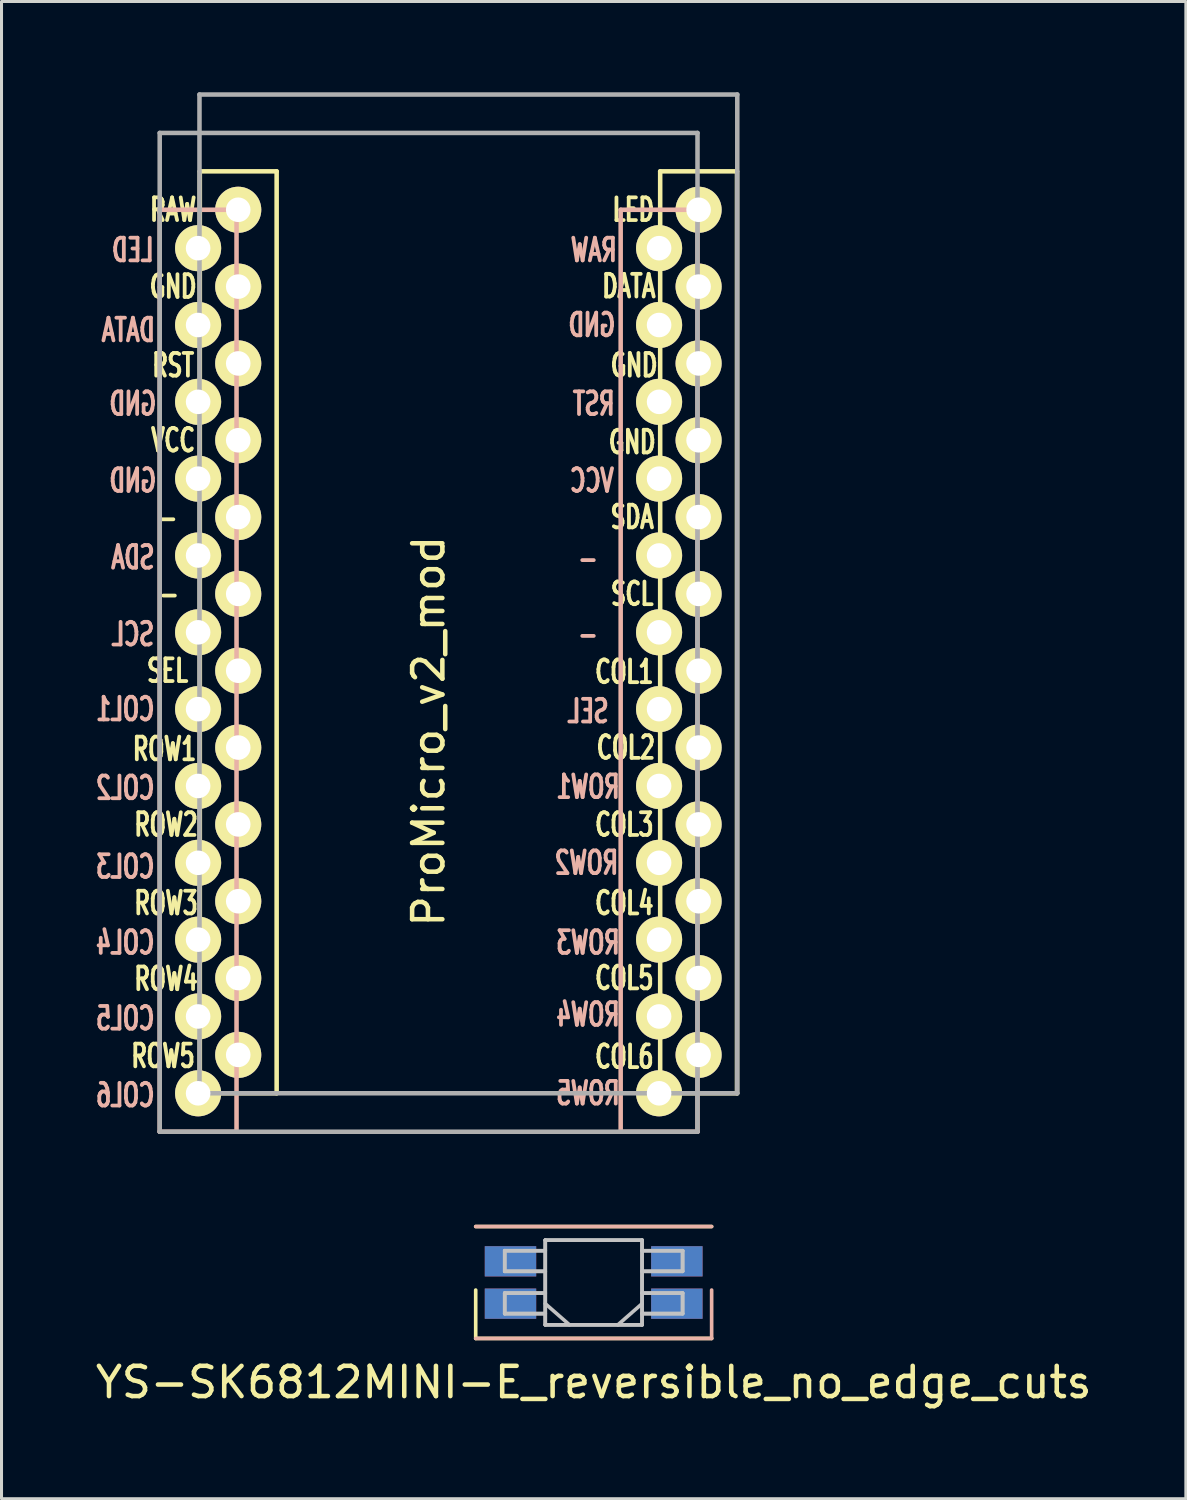
<source format=kicad_pcb>
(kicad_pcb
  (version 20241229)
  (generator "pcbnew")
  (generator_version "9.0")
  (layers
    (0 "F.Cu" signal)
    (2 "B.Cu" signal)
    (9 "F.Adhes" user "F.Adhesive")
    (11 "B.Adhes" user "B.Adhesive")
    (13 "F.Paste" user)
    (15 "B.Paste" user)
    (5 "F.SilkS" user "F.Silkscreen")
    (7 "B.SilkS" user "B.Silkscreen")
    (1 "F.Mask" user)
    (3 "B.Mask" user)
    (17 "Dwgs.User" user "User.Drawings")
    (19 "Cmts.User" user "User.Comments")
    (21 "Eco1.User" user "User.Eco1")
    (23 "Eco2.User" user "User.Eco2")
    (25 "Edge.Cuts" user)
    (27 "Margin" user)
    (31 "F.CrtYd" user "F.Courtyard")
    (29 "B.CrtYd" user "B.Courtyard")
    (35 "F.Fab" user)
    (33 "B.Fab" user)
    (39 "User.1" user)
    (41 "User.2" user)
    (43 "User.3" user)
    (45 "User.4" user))
  (footprint "ProMicro_v2_mod"
    (layer "F.Cu")
    (at 12.39 18.363)
    (property "Reference" "ProMicro_v2_mod" (at -1.27 2.762 270) (layer "F.SilkS") (effects (font (size 1 1) (thickness 0.15))))
    (attr through_hole)
    (fp_line (start -8.834 -15.748) (end -6.294 -15.748) (stroke (width 0.15) (type solid)) (layer "F.SilkS"))
    (fp_line (start -8.834 14.732) (end -8.834 -15.748) (stroke (width 0.15) (type solid)) (layer "F.SilkS"))
    (fp_line (start -6.294 -15.748) (end -6.294 14.732) (stroke (width 0.15) (type solid)) (layer "F.SilkS"))
    (fp_line (start -6.294 14.732) (end -8.834 14.732) (stroke (width 0.15) (type solid)) (layer "F.SilkS"))
    (fp_line (start 6.386 -15.748) (end 8.926 -15.748) (stroke (width 0.15) (type solid)) (layer "F.SilkS"))
    (fp_line (start 6.386 14.732) (end 6.386 -15.748) (stroke (width 0.15) (type solid)) (layer "F.SilkS"))
    (fp_line (start 8.926 -15.748) (end 8.926 14.732) (stroke (width 0.15) (type solid)) (layer "F.SilkS"))
    (fp_line (start 8.926 14.732) (end 6.386 14.732) (stroke (width 0.15) (type solid)) (layer "F.SilkS"))
    (fp_line (start -10.16 -14.478) (end -7.62 -14.478) (stroke (width 0.15) (type solid)) (layer "B.SilkS"))
    (fp_line (start -10.16 16.002) (end -10.16 -14.478) (stroke (width 0.15) (type solid)) (layer "B.SilkS"))
    (fp_line (start -7.62 -14.478) (end -7.62 16.002) (stroke (width 0.15) (type solid)) (layer "B.SilkS"))
    (fp_line (start -7.62 16.002) (end -10.16 16.002) (stroke (width 0.15) (type solid)) (layer "B.SilkS"))
    (fp_line (start 5.08 -14.478) (end 7.62 -14.478) (stroke (width 0.15) (type solid)) (layer "B.SilkS"))
    (fp_line (start 5.08 16.002) (end 5.08 -14.478) (stroke (width 0.15) (type solid)) (layer "B.SilkS"))
    (fp_line (start 7.62 -14.478) (end 7.62 16.002) (stroke (width 0.15) (type solid)) (layer "B.SilkS"))
    (fp_line (start 7.62 16.002) (end 5.08 16.002) (stroke (width 0.15) (type solid)) (layer "B.SilkS"))
    (fp_line (start -10.16 -17.018) (end 7.62 -17.018) (stroke (width 0.15) (type solid)) (layer "F.Fab"))
    (fp_line (start -10.16 16.002) (end -10.16 -17.018) (stroke (width 0.15) (type solid)) (layer "F.Fab"))
    (fp_line (start -8.845 -18.288) (end 8.935 -18.288) (stroke (width 0.15) (type solid)) (layer "F.Fab"))
    (fp_line (start -8.845 14.732) (end -8.845 -18.288) (stroke (width 0.15) (type solid)) (layer "F.Fab"))
    (fp_line (start 7.62 -17.018) (end 7.62 16.002) (stroke (width 0.15) (type solid)) (layer "F.Fab"))
    (fp_line (start 7.62 16.002) (end -10.16 16.002) (stroke (width 0.15) (type solid)) (layer "F.Fab"))
    (fp_line (start 8.935 -18.288) (end 8.935 14.732) (stroke (width 0.15) (type solid)) (layer "F.Fab"))
    (fp_line (start 8.935 14.732) (end -8.845 14.732) (stroke (width 0.15) (type solid)) (layer "F.Fab"))
    (fp_text user "GND" (at 5.524 -9.335 0) (layer "F.SilkS") (effects (font (size 0.75 0.5) (thickness 0.125))))
    (fp_text user "COL4" (at 5.2 8.445 0) (layer "F.SilkS") (effects (font (size 0.75 0.5) (thickness 0.125))))
    (fp_text user "COL5" (at 5.2 10.922 0) (layer "F.SilkS") (effects (font (size 0.75 0.5) (thickness 0.125))))
    (fp_text user "COL1" (at 5.2 0.8 0) (layer "F.SilkS") (effects (font (size 0.75 0.5) (thickness 0.125))))
    (fp_text user "ROW4" (at -9.95 10.95 0) (layer "F.SilkS") (effects (font (size 0.75 0.5) (thickness 0.125))))
    (fp_text user "ROW1" (at -10 3.35 0) (layer "F.SilkS") (effects (font (size 0.75 0.5) (thickness 0.125))))
    (fp_text user "-" (at -9.85 -1.778 0) (layer "F.SilkS") (effects (font (size 0.75 0.5) (thickness 0.125))))
    (fp_text user "COL6" (at 5.2 13.525 0) (layer "F.SilkS") (effects (font (size 0.75 0.5) (thickness 0.125))))
    (fp_text user "ROW3" (at -9.95 8.445 0) (layer "F.SilkS") (effects (font (size 0.75 0.5) (thickness 0.125))))
    (fp_text user "ROW5" (at -10.05 13.5 0) (layer "F.SilkS") (effects (font (size 0.75 0.5) (thickness 0.125))))
    (fp_text user "" (at -0.5 -17.25 0) (layer "F.SilkS") (effects (font (size 1 1) (thickness 0.15))))
    (fp_text user "COL3" (at 5.2 5.85 0) (layer "F.SilkS") (effects (font (size 0.75 0.5) (thickness 0.125))))
    (fp_text user "RAW" (at -9.716 -14.478 0) (layer "F.SilkS") (effects (font (size 0.75 0.5) (thickness 0.125))))
    (fp_text user "-" (at -9.9 -4.3 0) (layer "F.SilkS") (effects (font (size 0.75 0.5) (thickness 0.125))))
    (fp_text user "RST" (at -9.716 -9.335 0) (layer "F.SilkS") (effects (font (size 0.75 0.5) (thickness 0.125))))
    (fp_text user "DATA" (at 5.35 -11.95 0) (layer "F.SilkS") (effects (font (size 0.75 0.5) (thickness 0.125))))
    (fp_text user "SCL" (at 5.461 -1.778 0) (layer "F.SilkS") (effects (font (size 0.75 0.5) (thickness 0.125))))
    (fp_text user "SDA" (at 5.461 -4.318 0) (layer "F.SilkS") (effects (font (size 0.75 0.5) (thickness 0.125))))
    (fp_text user "GND" (at -9.716 -11.938 0) (layer "F.SilkS") (effects (font (size 0.75 0.5) (thickness 0.125))))
    (fp_text user "VCC" (at -9.716 -6.858 0) (layer "F.SilkS") (effects (font (size 0.75 0.5) (thickness 0.125))))
    (fp_text user "LED" (at 5.5 -14.478 0) (layer "F.SilkS") (effects (font (size 0.75 0.5) (thickness 0.125))))
    (fp_text user "ROW2" (at -9.95 5.85 0) (layer "F.SilkS") (effects (font (size 0.75 0.5) (thickness 0.125))))
    (fp_text user "SEL" (at -9.9 0.762 0) (layer "F.SilkS") (effects (font (size 0.75 0.5) (thickness 0.125))))
    (fp_text user "COL2" (at 5.25 3.302 0) (layer "F.SilkS") (effects (font (size 0.75 0.5) (thickness 0.125))))
    (fp_text user "GND" (at 5.461 -6.795 0) (layer "F.SilkS") (effects (font (size 0.75 0.5) (thickness 0.125))))
    (fp_text user "ROW4" (at 4 12.129 0) (layer "B.SilkS") (effects (font (size 0.75 0.5) (thickness 0.125)) (justify mirror)))
    (fp_text user "GND" (at 4.128 -10.668 0) (layer "B.SilkS") (effects (font (size 0.75 0.5) (thickness 0.125)) (justify mirror)))
    (fp_text user "GND" (at -11.049 -8.065 0) (layer "B.SilkS") (effects (font (size 0.75 0.5) (thickness 0.125)) (justify mirror)))
    (fp_text user "COL5" (at -11.3 12.255 0) (layer "B.SilkS") (effects (font (size 0.75 0.5) (thickness 0.125)) (justify mirror)))
    (fp_text user "SDA" (at -11.049 -2.985 0) (layer "B.SilkS") (effects (font (size 0.75 0.5) (thickness 0.125)) (justify mirror)))
    (fp_text user "LED" (at -11.049 -13.145 0) (layer "B.SilkS") (effects (font (size 0.75 0.5) (thickness 0.125)) (justify mirror)))
    (fp_text user "RST" (at 4.191 -8.065 0) (layer "B.SilkS") (effects (font (size 0.75 0.5) (thickness 0.125)) (justify mirror)))
    (fp_text user "COL3" (at -11.3 7.239 0) (layer "B.SilkS") (effects (font (size 0.75 0.5) (thickness 0.125)) (justify mirror)))
    (fp_text user "ROW1" (at 4 4.6 0) (layer "B.SilkS") (effects (font (size 0.75 0.5) (thickness 0.125)) (justify mirror)))
    (fp_text user "VCC" (at 4.128 -5.524 0) (layer "B.SilkS") (effects (font (size 0.75 0.5) (thickness 0.125)) (justify mirror)))
    (fp_text user "SEL" (at 4 2.1 0) (layer "B.SilkS") (effects (font (size 0.75 0.5) (thickness 0.125)) (justify mirror)))
    (fp_text user "ROW5" (at 4 14.732 0) (layer "B.SilkS") (effects (font (size 0.75 0.5) (thickness 0.125)) (justify mirror)))
    (fp_text user "" (at -1.206 -16.256 0) (layer "B.SilkS") (effects (font (size 1 1) (thickness 0.15)) (justify mirror)))
    (fp_text user "ROW2" (at 3.95 7.112 0) (layer "B.SilkS") (effects (font (size 0.75 0.5) (thickness 0.125)) (justify mirror)))
    (fp_text user "COL4" (at -11.3 9.75 0) (layer "B.SilkS") (effects (font (size 0.75 0.5) (thickness 0.125)) (justify mirror)))
    (fp_text user "ROW3" (at 4 9.75 0) (layer "B.SilkS") (effects (font (size 0.75 0.5) (thickness 0.125)) (justify mirror)))
    (fp_text user "COL6" (at -11.3 14.796 0) (layer "B.SilkS") (effects (font (size 0.75 0.5) (thickness 0.125)) (justify mirror)))
    (fp_text user "GND" (at -11.049 -5.524 0) (layer "B.SilkS") (effects (font (size 0.75 0.5) (thickness 0.125)) (justify mirror)))
    (fp_text user "COL2" (at -11.3 4.636 0) (layer "B.SilkS") (effects (font (size 0.75 0.5) (thickness 0.125)) (justify mirror)))
    (fp_text user "DATA" (at -11.2 -10.5 0) (layer "B.SilkS") (effects (font (size 0.75 0.5) (thickness 0.125)) (justify mirror)))
    (fp_text user "COL1" (at -11.3 2.032 0) (layer "B.SilkS") (effects (font (size 0.75 0.5) (thickness 0.125)) (justify mirror)))
    (fp_text user "-" (at 4 -2.95 0) (layer "B.SilkS") (effects (font (size 0.75 0.5) (thickness 0.125)) (justify mirror)))
    (fp_text user "-" (at 4 -0.445 0) (layer "B.SilkS") (effects (font (size 0.75 0.5) (thickness 0.125)) (justify mirror)))
    (fp_text user "SCL" (at -11.049 -0.445 0) (layer "B.SilkS") (effects (font (size 0.75 0.5) (thickness 0.125)) (justify mirror)))
    (fp_text user "RAW" (at 4.191 -13.145 0) (layer "B.SilkS") (effects (font (size 0.75 0.5) (thickness 0.125)) (justify mirror)))
    (pad "1" thru_hole circle (at -8.89 -13.208) (size 1.524 1.524) (drill 0.813) (layers "*.Cu" "*.Mask" "F.SilkS"))
    (pad "1" thru_hole circle (at 7.656 -14.478) (size 1.524 1.524) (drill 0.813) (layers "*.Cu" "*.Mask" "F.SilkS"))
    (pad "2" thru_hole circle (at -8.89 -10.668) (size 1.524 1.524) (drill 0.813) (layers "*.Cu" "*.Mask" "F.SilkS"))
    (pad "2" thru_hole circle (at 7.656 -11.938) (size 1.524 1.524) (drill 0.813) (layers "*.Cu" "*.Mask" "F.SilkS"))
    (pad "3" thru_hole circle (at -8.89 -8.128) (size 1.524 1.524) (drill 0.813) (layers "*.Cu" "*.Mask" "F.SilkS"))
    (pad "3" thru_hole circle (at 7.656 -9.398) (size 1.524 1.524) (drill 0.813) (layers "*.Cu" "*.Mask" "F.SilkS"))
    (pad "4" thru_hole circle (at -8.89 -5.588) (size 1.524 1.524) (drill 0.813) (layers "*.Cu" "*.Mask" "F.SilkS"))
    (pad "4" thru_hole circle (at 7.656 -6.858) (size 1.524 1.524) (drill 0.813) (layers "*.Cu" "*.Mask" "F.SilkS"))
    (pad "5" thru_hole circle (at -8.89 -3.048) (size 1.524 1.524) (drill 0.813) (layers "*.Cu" "*.Mask" "F.SilkS"))
    (pad "5" thru_hole circle (at 7.656 -4.318) (size 1.524 1.524) (drill 0.813) (layers "*.Cu" "*.Mask" "F.SilkS"))
    (pad "6" thru_hole circle (at -8.89 -0.508) (size 1.524 1.524) (drill 0.813) (layers "*.Cu" "*.Mask" "F.SilkS"))
    (pad "6" thru_hole circle (at 7.656 -1.778) (size 1.524 1.524) (drill 0.813) (layers "*.Cu" "*.Mask" "F.SilkS"))
    (pad "7" thru_hole circle (at -8.89 2.032) (size 1.524 1.524) (drill 0.813) (layers "*.Cu" "*.Mask" "F.SilkS"))
    (pad "7" thru_hole circle (at 7.656 0.762) (size 1.524 1.524) (drill 0.813) (layers "*.Cu" "*.Mask" "F.SilkS"))
    (pad "8" thru_hole circle (at -8.89 4.572) (size 1.524 1.524) (drill 0.813) (layers "*.Cu" "*.Mask" "F.SilkS"))
    (pad "8" thru_hole circle (at 7.656 3.302) (size 1.524 1.524) (drill 0.813) (layers "*.Cu" "*.Mask" "F.SilkS"))
    (pad "9" thru_hole circle (at -8.89 7.112) (size 1.524 1.524) (drill 0.813) (layers "*.Cu" "*.Mask" "F.SilkS"))
    (pad "9" thru_hole circle (at 7.656 5.842) (size 1.524 1.524) (drill 0.813) (layers "*.Cu" "*.Mask" "F.SilkS"))
    (pad "10" thru_hole circle (at -8.89 9.652) (size 1.524 1.524) (drill 0.813) (layers "*.Cu" "*.Mask" "F.SilkS"))
    (pad "10" thru_hole circle (at 7.656 8.382) (size 1.524 1.524) (drill 0.813) (layers "*.Cu" "*.Mask" "F.SilkS"))
    (pad "11" thru_hole circle (at -8.89 12.192) (size 1.524 1.524) (drill 0.813) (layers "*.Cu" "*.Mask" "F.SilkS"))
    (pad "11" thru_hole circle (at 7.656 10.922) (size 1.524 1.524) (drill 0.813) (layers "*.Cu" "*.Mask" "F.SilkS"))
    (pad "12" thru_hole circle (at -8.89 14.732) (size 1.524 1.524) (drill 0.813) (layers "*.Cu" "*.Mask" "F.SilkS"))
    (pad "12" thru_hole circle (at 7.656 13.462) (size 1.524 1.524) (drill 0.813) (layers "*.Cu" "*.Mask" "F.SilkS"))
    (pad "13" thru_hole circle (at -7.564 13.462) (size 1.524 1.524) (drill 0.813) (layers "*.Cu" "*.Mask" "F.SilkS"))
    (pad "13" thru_hole circle (at 6.35 14.732) (size 1.524 1.524) (drill 0.813) (layers "*.Cu" "*.Mask" "F.SilkS"))
    (pad "14" thru_hole circle (at -7.564 10.922) (size 1.524 1.524) (drill 0.813) (layers "*.Cu" "*.Mask" "F.SilkS"))
    (pad "14" thru_hole circle (at 6.35 12.192) (size 1.524 1.524) (drill 0.813) (layers "*.Cu" "*.Mask" "F.SilkS"))
    (pad "15" thru_hole circle (at -7.564 8.382) (size 1.524 1.524) (drill 0.813) (layers "*.Cu" "*.Mask" "F.SilkS"))
    (pad "15" thru_hole circle (at 6.35 9.652) (size 1.524 1.524) (drill 0.813) (layers "*.Cu" "*.Mask" "F.SilkS"))
    (pad "16" thru_hole circle (at -7.564 5.842) (size 1.524 1.524) (drill 0.813) (layers "*.Cu" "*.Mask" "F.SilkS"))
    (pad "16" thru_hole circle (at 6.35 7.112) (size 1.524 1.524) (drill 0.813) (layers "*.Cu" "*.Mask" "F.SilkS"))
    (pad "17" thru_hole circle (at -7.564 3.302) (size 1.524 1.524) (drill 0.813) (layers "*.Cu" "*.Mask" "F.SilkS"))
    (pad "17" thru_hole circle (at 6.35 4.572) (size 1.524 1.524) (drill 0.813) (layers "*.Cu" "*.Mask" "F.SilkS"))
    (pad "18" thru_hole circle (at -7.564 0.762) (size 1.524 1.524) (drill 0.813) (layers "*.Cu" "*.Mask" "F.SilkS"))
    (pad "18" thru_hole circle (at 6.35 2.032) (size 1.524 1.524) (drill 0.813) (layers "*.Cu" "*.Mask" "F.SilkS"))
    (pad "19" thru_hole circle (at -7.564 -1.778) (size 1.524 1.524) (drill 0.813) (layers "*.Cu" "*.Mask" "F.SilkS"))
    (pad "19" thru_hole circle (at 6.35 -0.508) (size 1.524 1.524) (drill 0.813) (layers "*.Cu" "*.Mask" "F.SilkS"))
    (pad "20" thru_hole circle (at -7.564 -4.318) (size 1.524 1.524) (drill 0.813) (layers "*.Cu" "*.Mask" "F.SilkS"))
    (pad "20" thru_hole circle (at 6.35 -3.048) (size 1.524 1.524) (drill 0.813) (layers "*.Cu" "*.Mask" "F.SilkS"))
    (pad "21" thru_hole circle (at -7.564 -6.858) (size 1.524 1.524) (drill 0.813) (layers "*.Cu" "*.Mask" "F.SilkS"))
    (pad "21" thru_hole circle (at 6.35 -5.588) (size 1.524 1.524) (drill 0.813) (layers "*.Cu" "*.Mask" "F.SilkS"))
    (pad "22" thru_hole circle (at -7.564 -9.398) (size 1.524 1.524) (drill 0.813) (layers "*.Cu" "*.Mask" "F.SilkS"))
    (pad "22" thru_hole circle (at 6.35 -8.128) (size 1.524 1.524) (drill 0.813) (layers "*.Cu" "*.Mask" "F.SilkS"))
    (pad "23" thru_hole circle (at -7.564 -11.938) (size 1.524 1.524) (drill 0.813) (layers "*.Cu" "*.Mask" "F.SilkS"))
    (pad "23" thru_hole circle (at 6.35 -10.668) (size 1.524 1.524) (drill 0.813) (layers "*.Cu" "*.Mask" "F.SilkS"))
    (pad "24" thru_hole circle (at -7.564 -14.478) (size 1.524 1.524) (drill 0.813) (layers "*.Cu" "*.Mask" "F.SilkS"))
    (pad "24" thru_hole circle (at 6.35 -13.208) (size 1.524 1.524) (drill 0.813) (layers "*.Cu" "*.Mask" "F.SilkS")))
  (footprint "YS-SK6812MINI-E_reversible_no_edge_cuts"
    (layer "F.Cu")
    (at 16.577 39.35)
    (property "Reference" "YS-SK6812MINI-E_reversible_no_edge_cuts" (at 0 3.3 0) (layer "F.SilkS") (effects (font (size 1 1) (thickness 0.15))))
    (attr through_hole)
    (fp_line (start -3.9 0.25) (end -3.9 1.85) (stroke (width 0.12) (type solid)) (layer "F.SilkS"))
    (fp_line (start -3.9 1.85) (end 3.9 1.85) (stroke (width 0.12) (type solid)) (layer "F.SilkS"))
    (fp_line (start 3.9 -1.85) (end -3.9 -1.85) (stroke (width 0.12) (type solid)) (layer "F.SilkS"))
    (fp_line (start -3.9 -1.85) (end 3.9 -1.85) (stroke (width 0.12) (type solid)) (layer "B.SilkS"))
    (fp_line (start 3.9 0.25) (end 3.9 1.85) (stroke (width 0.12) (type solid)) (layer "B.SilkS"))
    (fp_line (start 3.9 1.85) (end -3.9 1.85) (stroke (width 0.12) (type solid)) (layer "B.SilkS"))
    (fp_line (start -2.94 -1.05) (end -2.94 -0.37) (stroke (width 0.12) (type solid)) (layer "Dwgs.User"))
    (fp_line (start -2.94 -1.05) (end -1.6 -1.05) (stroke (width 0.12) (type solid)) (layer "Dwgs.User"))
    (fp_line (start -2.94 -0.37) (end -2.94 -1.05) (stroke (width 0.12) (type solid)) (layer "Dwgs.User"))
    (fp_line (start -2.94 -0.37) (end -1.6 -0.37) (stroke (width 0.12) (type solid)) (layer "Dwgs.User"))
    (fp_line (start -2.94 0.35) (end -2.94 1.03) (stroke (width 0.12) (type solid)) (layer "Dwgs.User"))
    (fp_line (start -2.94 0.35) (end -1.6 0.35) (stroke (width 0.12) (type solid)) (layer "Dwgs.User"))
    (fp_line (start -2.94 1.03) (end -2.94 0.35) (stroke (width 0.12) (type solid)) (layer "Dwgs.User"))
    (fp_line (start -2.94 1.03) (end -1.6 1.03) (stroke (width 0.12) (type solid)) (layer "Dwgs.User"))
    (fp_line (start -1.6 -1.4) (end -1.6 1.4) (stroke (width 0.12) (type solid)) (layer "Dwgs.User"))
    (fp_line (start -1.6 -1.4) (end -1.6 1.4) (stroke (width 0.12) (type solid)) (layer "Dwgs.User"))
    (fp_line (start -1.6 -1.4) (end 1.6 -1.4) (stroke (width 0.12) (type solid)) (layer "Dwgs.User"))
    (fp_line (start -1.6 -1.05) (end -2.94 -1.05) (stroke (width 0.12) (type solid)) (layer "Dwgs.User"))
    (fp_line (start -1.6 -0.37) (end -2.94 -0.37) (stroke (width 0.12) (type solid)) (layer "Dwgs.User"))
    (fp_line (start -1.6 0.35) (end -2.94 0.35) (stroke (width 0.12) (type solid)) (layer "Dwgs.User"))
    (fp_line (start -1.6 0.7) (end -0.8 1.4) (stroke (width 0.12) (type solid)) (layer "Dwgs.User"))
    (fp_line (start -1.6 1.03) (end -2.94 1.03) (stroke (width 0.12) (type solid)) (layer "Dwgs.User"))
    (fp_line (start -1.6 1.4) (end 1.6 1.4) (stroke (width 0.12) (type solid)) (layer "Dwgs.User"))
    (fp_line (start 1.6 -1.4) (end -1.6 -1.4) (stroke (width 0.12) (type solid)) (layer "Dwgs.User"))
    (fp_line (start 1.6 -1.4) (end 1.6 1.4) (stroke (width 0.12) (type solid)) (layer "Dwgs.User"))
    (fp_line (start 1.6 -1.4) (end 1.6 1.4) (stroke (width 0.12) (type solid)) (layer "Dwgs.User"))
    (fp_line (start 1.6 -1.05) (end 2.94 -1.05) (stroke (width 0.12) (type solid)) (layer "Dwgs.User"))
    (fp_line (start 1.6 -0.37) (end 2.94 -0.37) (stroke (width 0.12) (type solid)) (layer "Dwgs.User"))
    (fp_line (start 1.6 0.35) (end 2.94 0.35) (stroke (width 0.12) (type solid)) (layer "Dwgs.User"))
    (fp_line (start 1.6 0.7) (end 0.8 1.4) (stroke (width 0.12) (type solid)) (layer "Dwgs.User"))
    (fp_line (start 1.6 1.03) (end 2.94 1.03) (stroke (width 0.12) (type solid)) (layer "Dwgs.User"))
    (fp_line (start 1.6 1.4) (end -1.6 1.4) (stroke (width 0.12) (type solid)) (layer "Dwgs.User"))
    (fp_line (start 2.94 -1.05) (end 1.6 -1.05) (stroke (width 0.12) (type solid)) (layer "Dwgs.User"))
    (fp_line (start 2.94 -1.05) (end 2.94 -0.37) (stroke (width 0.12) (type solid)) (layer "Dwgs.User"))
    (fp_line (start 2.94 -0.37) (end 1.6 -0.37) (stroke (width 0.12) (type solid)) (layer "Dwgs.User"))
    (fp_line (start 2.94 -0.37) (end 2.94 -1.05) (stroke (width 0.12) (type solid)) (layer "Dwgs.User"))
    (fp_line (start 2.94 0.35) (end 1.6 0.35) (stroke (width 0.12) (type solid)) (layer "Dwgs.User"))
    (fp_line (start 2.94 0.35) (end 2.94 1.03) (stroke (width 0.12) (type solid)) (layer "Dwgs.User"))
    (fp_line (start 2.94 1.03) (end 1.6 1.03) (stroke (width 0.12) (type solid)) (layer "Dwgs.User"))
    (fp_line (start 2.94 1.03) (end 2.94 0.35) (stroke (width 0.12) (type solid)) (layer "Dwgs.User"))
    (pad "1" smd rect (at -2.75 -0.7 180) (size 1.7 1) (layers "B.Cu" "B.Mask" "B.Paste"))
    (pad "1" smd rect (at 2.75 -0.7) (size 1.7 1) (layers "F.Cu" "F.Mask" "F.Paste"))
    (pad "2" smd rect (at -2.75 0.7 180) (size 1.7 1) (layers "B.Cu" "B.Mask" "B.Paste"))
    (pad "2" smd rect (at 2.75 0.7) (size 1.7 1) (layers "F.Cu" "F.Mask" "F.Paste"))
    (pad "3" smd rect (at -2.75 0.7) (size 1.7 1) (layers "F.Cu" "F.Mask" "F.Paste"))
    (pad "3" smd rect (at 2.75 0.7 180) (size 1.7 1) (layers "B.Cu" "B.Mask" "B.Paste"))
    (pad "4" smd rect (at -2.75 -0.7) (size 1.7 1) (layers "F.Cu" "F.Mask" "F.Paste"))
    (pad "4" smd rect (at 2.75 -0.7 180) (size 1.7 1) (layers "B.Cu" "B.Mask" "B.Paste")))
  (gr_rect
    (start -3 -3)
    (end 36.155 46.498)
    (stroke (width 0.1) (type default))
    (fill no)
    (layer "Edge.Cuts")))
</source>
